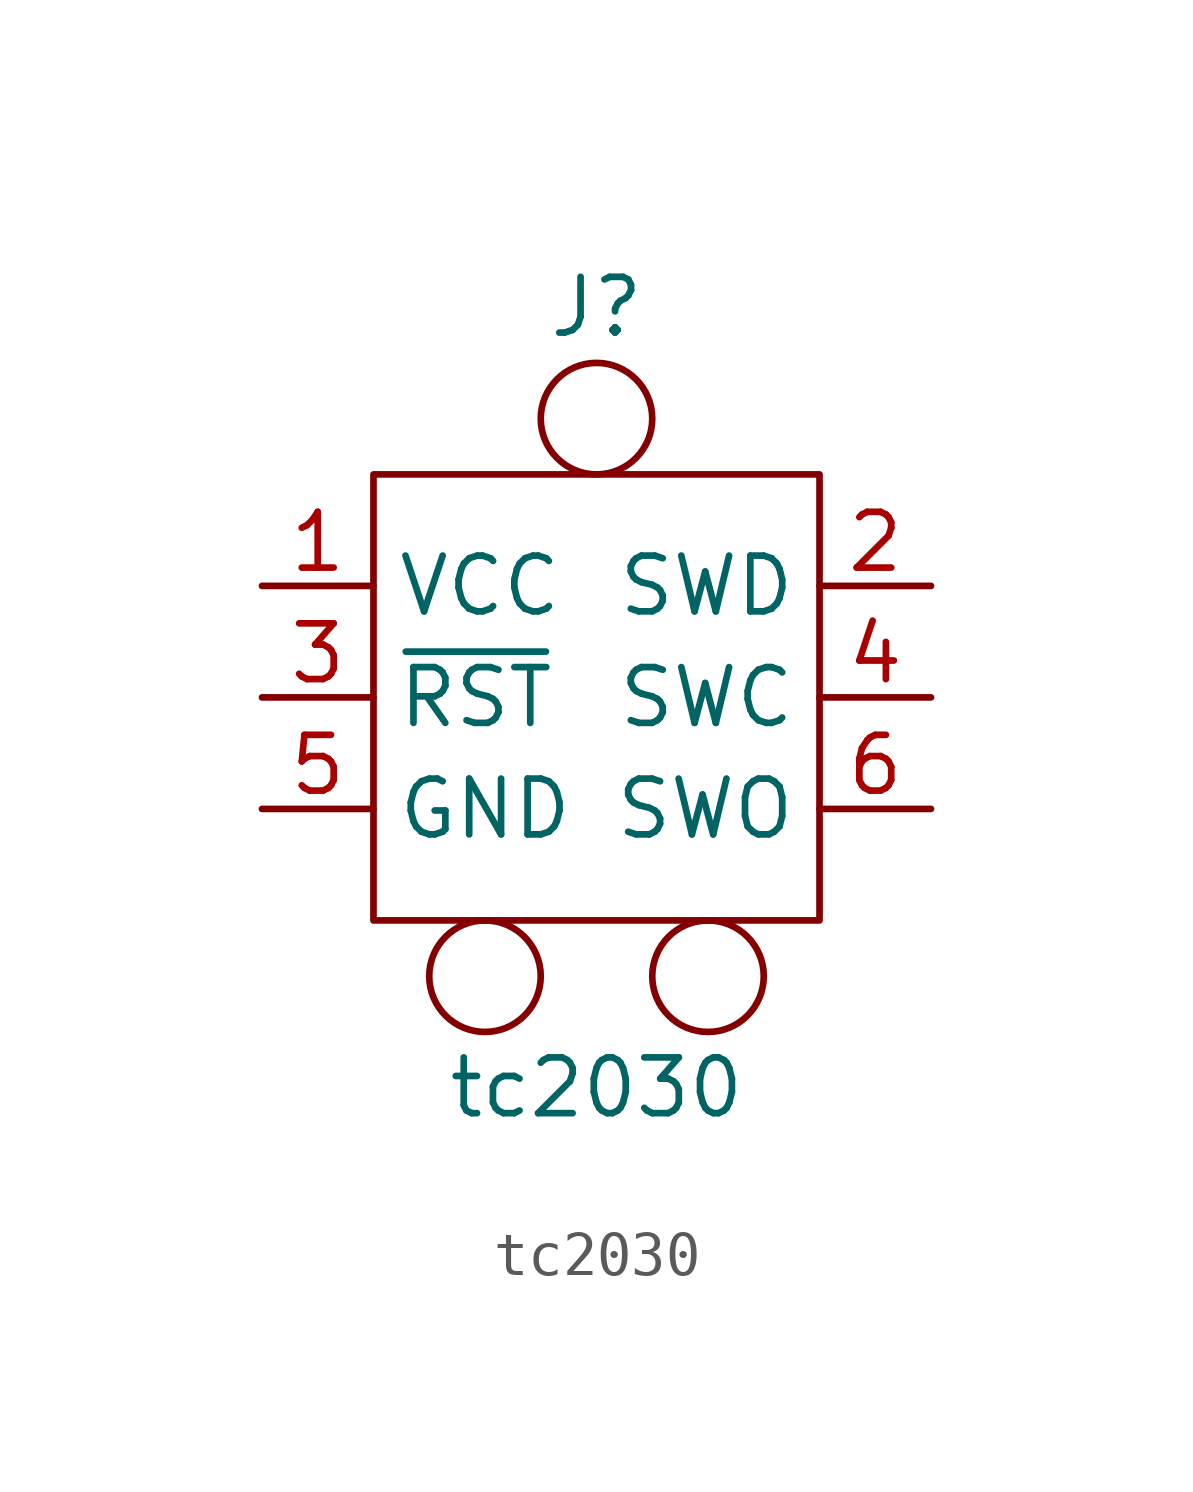
<source format=kicad_sym>
(kicad_symbol_lib
  (version 20211014)
  (generator kicad_symbol_editor)
  (symbol "tc2030"
    (property "Reference" "J"
      (at 0 8.89 0)
      (effects (font (size 1.27 1.27))))
    (property "Value" "tc2030"
      (at 0 -8.89 0)
      (effects (font (size 1.27 1.27))))
    (symbol "tc2030_0_1"
      (rectangle (start -5.08 5.08) (end 5.08 -5.08) (stroke (width 0.152) (type default) (color 0 0 0 0)) (fill (type none)))
      (circle (center -2.54 -6.35) (radius 1.27) (stroke (width 0.152) (type default) (color 0 0 0 0)) (fill (type none)))
      (circle (center 0 6.35) (radius 1.27) (stroke (width 0.152) (type default) (color 0 0 0 0)) (fill (type none)))
      (circle (center 2.54 -6.35) (radius 1.27) (stroke (width 0.152) (type default) (color 0 0 0 0)) (fill (type none))))
    (symbol "tc2030_1_1"
      (pin input line (at -7.62 2.54 0) (length 2.54) (name "VCC" (effects (font (size 1.27 1.27)))) (number "1" (effects (font (size 1.27 1.27)))))
      (pin output line (at 7.62 2.54 180) (length 2.54) (name "SWD" (effects (font (size 1.27 1.27)))) (number "2" (effects (font (size 1.27 1.27)))))
      (pin input line (at -7.62 0 0) (length 2.54) (name "~{RST}" (effects (font (size 1.27 1.27)))) (number "3" (effects (font (size 1.27 1.27)))))
      (pin bidirectional line (at 7.62 0 180) (length 2.54) (name "SWC" (effects (font (size 1.27 1.27)))) (number "4" (effects (font (size 1.27 1.27)))))
      (pin power_out line (at -7.62 -2.54 0) (length 2.54) (name "GND" (effects (font (size 1.27 1.27)))) (number "5" (effects (font (size 1.27 1.27)))))
      (pin input line (at 7.62 -2.54 180) (length 2.54) (name "SWO" (effects (font (size 1.27 1.27)))) (number "6" (effects (font (size 1.27 1.27))))))))
</source>
